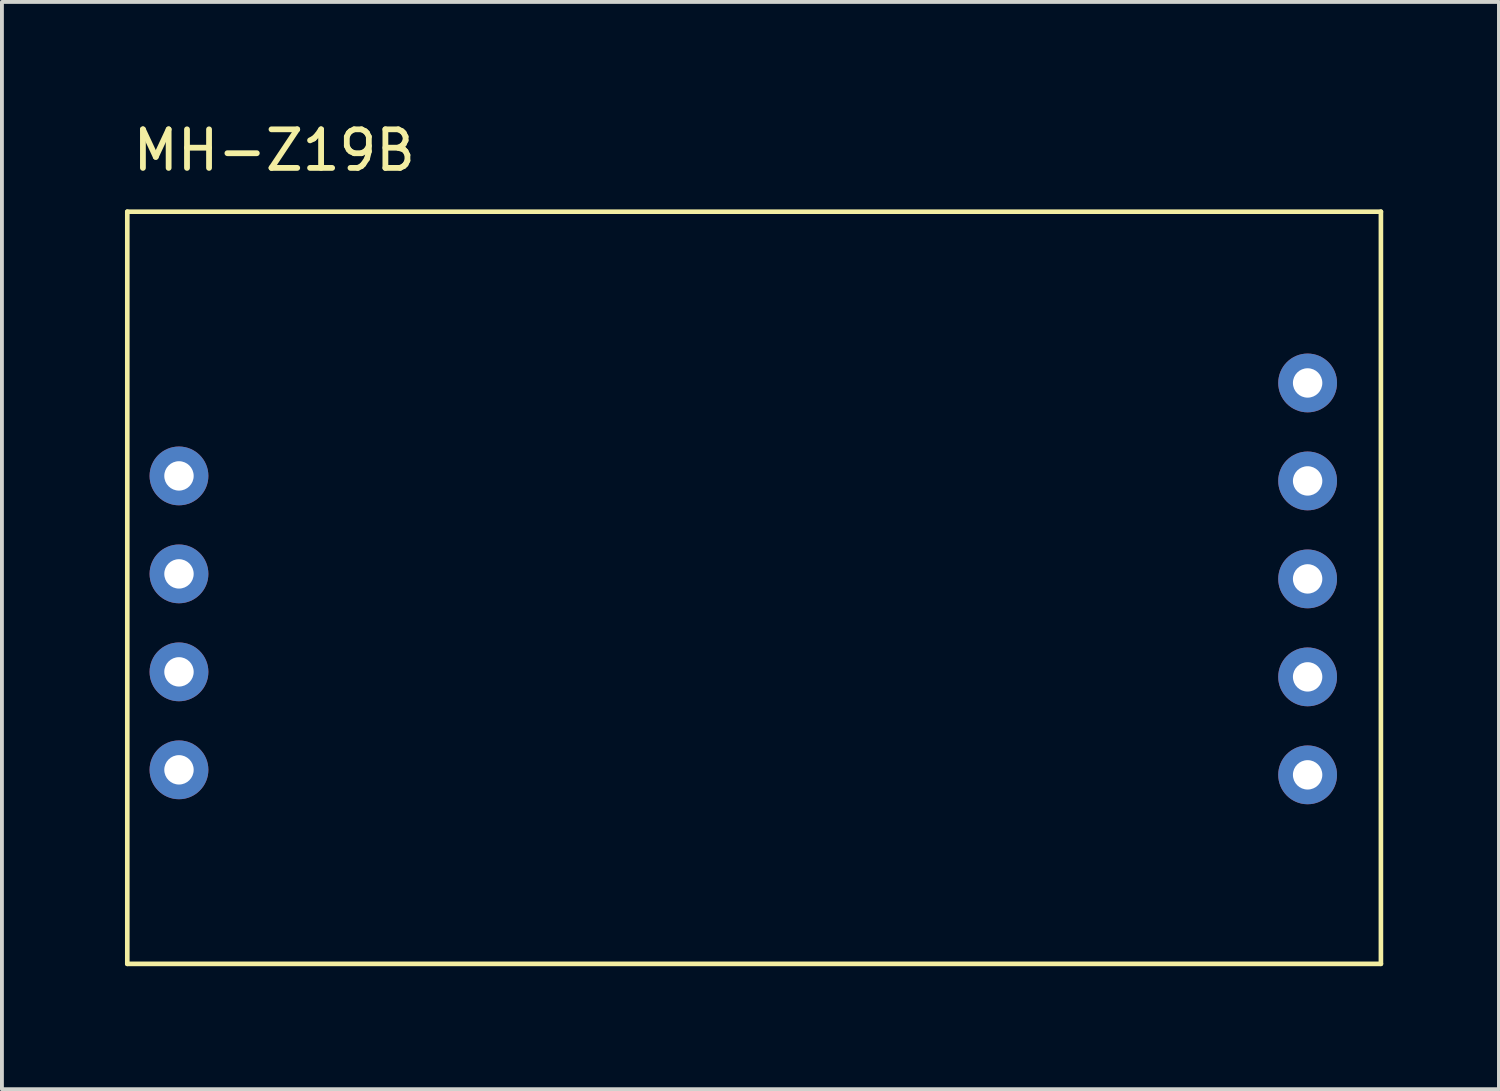
<source format=kicad_pcb>
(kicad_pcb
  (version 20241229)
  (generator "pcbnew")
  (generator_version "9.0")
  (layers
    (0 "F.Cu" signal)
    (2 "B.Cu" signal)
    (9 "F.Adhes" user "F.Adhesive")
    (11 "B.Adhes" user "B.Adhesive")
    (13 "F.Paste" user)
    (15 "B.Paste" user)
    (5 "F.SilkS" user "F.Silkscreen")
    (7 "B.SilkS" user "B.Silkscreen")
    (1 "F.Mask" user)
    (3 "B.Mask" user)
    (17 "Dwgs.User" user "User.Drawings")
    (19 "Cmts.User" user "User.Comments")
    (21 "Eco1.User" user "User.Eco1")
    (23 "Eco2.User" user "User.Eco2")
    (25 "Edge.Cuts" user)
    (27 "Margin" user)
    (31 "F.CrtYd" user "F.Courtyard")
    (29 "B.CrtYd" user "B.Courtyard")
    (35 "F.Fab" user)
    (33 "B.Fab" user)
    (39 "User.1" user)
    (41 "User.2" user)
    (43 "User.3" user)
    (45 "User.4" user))
  (footprint "MH-Z19B"
    (layer "F.Cu")
    (at 0.25 21.938)
    (property "Reference" "MH-Z19B" (at 3.81 -21.09 0) (layer "F.SilkS") (effects (font (size 1 1) (thickness 0.15))))
    (attr through_hole)
    (fp_line (start 0 -19.5) (end 32.5 -19.5) (stroke (width 0.12) (type solid)) (layer "F.SilkS"))
    (fp_line (start 0 0) (end 0 -19.5) (stroke (width 0.12) (type solid)) (layer "F.SilkS"))
    (fp_line (start 0 0) (end 32.5 0) (stroke (width 0.12) (type solid)) (layer "F.SilkS"))
    (fp_line (start 32.5 0) (end 32.5 -19.5) (stroke (width 0.12) (type solid)) (layer "F.SilkS"))
    (pad "1" thru_hole circle (at 30.6 -15.06) (size 1.524 1.524) (drill 0.762) (layers "*.Cu" "*.Mask"))
    (pad "2" thru_hole circle (at 30.6 -12.52) (size 1.524 1.524) (drill 0.762) (layers "*.Cu" "*.Mask"))
    (pad "3" thru_hole circle (at 30.6 -9.98) (size 1.524 1.524) (drill 0.762) (layers "*.Cu" "*.Mask"))
    (pad "4" thru_hole circle (at 30.6 -7.44) (size 1.524 1.524) (drill 0.762) (layers "*.Cu" "*.Mask"))
    (pad "5" thru_hole circle (at 30.6 -4.9) (size 1.524 1.524) (drill 0.762) (layers "*.Cu" "*.Mask"))
    (pad "6" thru_hole circle (at 1.34 -12.65) (size 1.524 1.524) (drill 0.762) (layers "*.Cu" "*.Mask"))
    (pad "7" thru_hole circle (at 1.34 -10.11) (size 1.524 1.524) (drill 0.762) (layers "*.Cu" "*.Mask"))
    (pad "8" thru_hole circle (at 1.34 -7.57) (size 1.524 1.524) (drill 0.762) (layers "*.Cu" "*.Mask"))
    (pad "9" thru_hole circle (at 1.34 -5.03) (size 1.524 1.524) (drill 0.762) (layers "*.Cu" "*.Mask")))
  (gr_rect
    (start -3 -3)
    (end 35.81 25.188)
    (stroke (width 0.1) (type default))
    (fill no)
    (layer "Edge.Cuts")))
</source>
